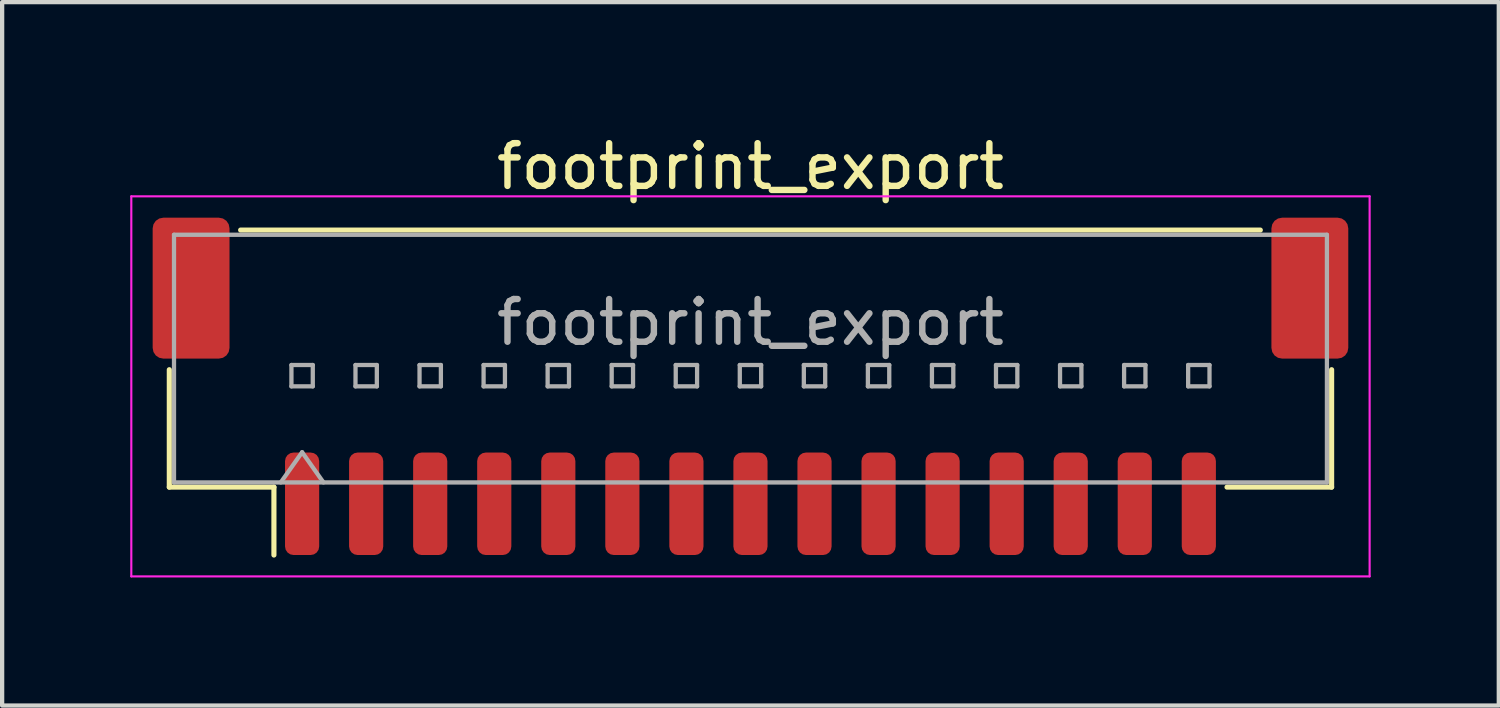
<source format=kicad_pcb>
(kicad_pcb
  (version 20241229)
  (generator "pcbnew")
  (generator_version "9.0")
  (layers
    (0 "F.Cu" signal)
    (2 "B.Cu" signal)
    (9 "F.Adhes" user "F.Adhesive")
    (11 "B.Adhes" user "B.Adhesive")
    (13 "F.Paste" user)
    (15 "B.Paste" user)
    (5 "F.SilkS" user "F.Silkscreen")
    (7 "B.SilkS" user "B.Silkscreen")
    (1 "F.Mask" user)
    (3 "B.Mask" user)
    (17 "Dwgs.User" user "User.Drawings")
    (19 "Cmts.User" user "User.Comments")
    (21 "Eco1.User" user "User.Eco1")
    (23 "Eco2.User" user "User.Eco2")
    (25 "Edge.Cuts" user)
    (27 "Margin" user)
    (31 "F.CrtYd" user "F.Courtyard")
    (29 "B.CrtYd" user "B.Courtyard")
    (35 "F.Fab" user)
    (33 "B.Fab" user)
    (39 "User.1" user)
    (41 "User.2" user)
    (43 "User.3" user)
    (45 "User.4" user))
  (footprint "footprint_export"
    (layer "F.Cu")
    (at 14.525 5.998)
    (property "Reference" "footprint_export" (at 0 -5.15 0) (layer "F.SilkS") (effects (font (size 1 1) (thickness 0.15))))
    (attr smd)
    (fp_line (start -13.61 -0.39) (end -13.61 2.36) (stroke (width 0.12) (type solid)) (layer "F.SilkS"))
    (fp_line (start -13.61 2.36) (end -11.16 2.36) (stroke (width 0.12) (type solid)) (layer "F.SilkS"))
    (fp_line (start -11.94 -3.66) (end 11.94 -3.66) (stroke (width 0.12) (type solid)) (layer "F.SilkS"))
    (fp_line (start -11.16 2.36) (end -11.16 3.95) (stroke (width 0.12) (type solid)) (layer "F.SilkS"))
    (fp_line (start 13.61 -0.39) (end 13.61 2.36) (stroke (width 0.12) (type solid)) (layer "F.SilkS"))
    (fp_line (start 13.61 2.36) (end 11.16 2.36) (stroke (width 0.12) (type solid)) (layer "F.SilkS"))
    (fp_line (start -14.5 -4.45) (end -14.5 4.45) (stroke (width 0.05) (type solid)) (layer "F.CrtYd"))
    (fp_line (start -14.5 4.45) (end 14.5 4.45) (stroke (width 0.05) (type solid)) (layer "F.CrtYd"))
    (fp_line (start 14.5 -4.45) (end -14.5 -4.45) (stroke (width 0.05) (type solid)) (layer "F.CrtYd"))
    (fp_line (start 14.5 4.45) (end 14.5 -4.45) (stroke (width 0.05) (type solid)) (layer "F.CrtYd"))
    (fp_line (start -13.5 -3.55) (end 13.5 -3.55) (stroke (width 0.1) (type solid)) (layer "F.Fab"))
    (fp_line (start -13.5 2.25) (end -13.5 -3.55) (stroke (width 0.1) (type solid)) (layer "F.Fab"))
    (fp_line (start -13.5 2.25) (end 13.5 2.25) (stroke (width 0.1) (type solid)) (layer "F.Fab"))
    (fp_line (start -11 2.25) (end -10.5 1.543) (stroke (width 0.1) (type solid)) (layer "F.Fab"))
    (fp_line (start -10.75 -0.5) (end -10.75 0) (stroke (width 0.1) (type solid)) (layer "F.Fab"))
    (fp_line (start -10.75 0) (end -10.25 0) (stroke (width 0.1) (type solid)) (layer "F.Fab"))
    (fp_line (start -10.5 1.543) (end -10 2.25) (stroke (width 0.1) (type solid)) (layer "F.Fab"))
    (fp_line (start -10.25 -0.5) (end -10.75 -0.5) (stroke (width 0.1) (type solid)) (layer "F.Fab"))
    (fp_line (start -10.25 0) (end -10.25 -0.5) (stroke (width 0.1) (type solid)) (layer "F.Fab"))
    (fp_line (start -9.25 -0.5) (end -9.25 0) (stroke (width 0.1) (type solid)) (layer "F.Fab"))
    (fp_line (start -9.25 0) (end -8.75 0) (stroke (width 0.1) (type solid)) (layer "F.Fab"))
    (fp_line (start -8.75 -0.5) (end -9.25 -0.5) (stroke (width 0.1) (type solid)) (layer "F.Fab"))
    (fp_line (start -8.75 0) (end -8.75 -0.5) (stroke (width 0.1) (type solid)) (layer "F.Fab"))
    (fp_line (start -7.75 -0.5) (end -7.75 0) (stroke (width 0.1) (type solid)) (layer "F.Fab"))
    (fp_line (start -7.75 0) (end -7.25 0) (stroke (width 0.1) (type solid)) (layer "F.Fab"))
    (fp_line (start -7.25 -0.5) (end -7.75 -0.5) (stroke (width 0.1) (type solid)) (layer "F.Fab"))
    (fp_line (start -7.25 0) (end -7.25 -0.5) (stroke (width 0.1) (type solid)) (layer "F.Fab"))
    (fp_line (start -6.25 -0.5) (end -6.25 0) (stroke (width 0.1) (type solid)) (layer "F.Fab"))
    (fp_line (start -6.25 0) (end -5.75 0) (stroke (width 0.1) (type solid)) (layer "F.Fab"))
    (fp_line (start -5.75 -0.5) (end -6.25 -0.5) (stroke (width 0.1) (type solid)) (layer "F.Fab"))
    (fp_line (start -5.75 0) (end -5.75 -0.5) (stroke (width 0.1) (type solid)) (layer "F.Fab"))
    (fp_line (start -4.75 -0.5) (end -4.75 0) (stroke (width 0.1) (type solid)) (layer "F.Fab"))
    (fp_line (start -4.75 0) (end -4.25 0) (stroke (width 0.1) (type solid)) (layer "F.Fab"))
    (fp_line (start -4.25 -0.5) (end -4.75 -0.5) (stroke (width 0.1) (type solid)) (layer "F.Fab"))
    (fp_line (start -4.25 0) (end -4.25 -0.5) (stroke (width 0.1) (type solid)) (layer "F.Fab"))
    (fp_line (start -3.25 -0.5) (end -3.25 0) (stroke (width 0.1) (type solid)) (layer "F.Fab"))
    (fp_line (start -3.25 0) (end -2.75 0) (stroke (width 0.1) (type solid)) (layer "F.Fab"))
    (fp_line (start -2.75 -0.5) (end -3.25 -0.5) (stroke (width 0.1) (type solid)) (layer "F.Fab"))
    (fp_line (start -2.75 0) (end -2.75 -0.5) (stroke (width 0.1) (type solid)) (layer "F.Fab"))
    (fp_line (start -1.75 -0.5) (end -1.75 0) (stroke (width 0.1) (type solid)) (layer "F.Fab"))
    (fp_line (start -1.75 0) (end -1.25 0) (stroke (width 0.1) (type solid)) (layer "F.Fab"))
    (fp_line (start -1.25 -0.5) (end -1.75 -0.5) (stroke (width 0.1) (type solid)) (layer "F.Fab"))
    (fp_line (start -1.25 0) (end -1.25 -0.5) (stroke (width 0.1) (type solid)) (layer "F.Fab"))
    (fp_line (start -0.25 -0.5) (end -0.25 0) (stroke (width 0.1) (type solid)) (layer "F.Fab"))
    (fp_line (start -0.25 0) (end 0.25 0) (stroke (width 0.1) (type solid)) (layer "F.Fab"))
    (fp_line (start 0.25 -0.5) (end -0.25 -0.5) (stroke (width 0.1) (type solid)) (layer "F.Fab"))
    (fp_line (start 0.25 0) (end 0.25 -0.5) (stroke (width 0.1) (type solid)) (layer "F.Fab"))
    (fp_line (start 1.25 -0.5) (end 1.25 0) (stroke (width 0.1) (type solid)) (layer "F.Fab"))
    (fp_line (start 1.25 0) (end 1.75 0) (stroke (width 0.1) (type solid)) (layer "F.Fab"))
    (fp_line (start 1.75 -0.5) (end 1.25 -0.5) (stroke (width 0.1) (type solid)) (layer "F.Fab"))
    (fp_line (start 1.75 0) (end 1.75 -0.5) (stroke (width 0.1) (type solid)) (layer "F.Fab"))
    (fp_line (start 2.75 -0.5) (end 2.75 0) (stroke (width 0.1) (type solid)) (layer "F.Fab"))
    (fp_line (start 2.75 0) (end 3.25 0) (stroke (width 0.1) (type solid)) (layer "F.Fab"))
    (fp_line (start 3.25 -0.5) (end 2.75 -0.5) (stroke (width 0.1) (type solid)) (layer "F.Fab"))
    (fp_line (start 3.25 0) (end 3.25 -0.5) (stroke (width 0.1) (type solid)) (layer "F.Fab"))
    (fp_line (start 4.25 -0.5) (end 4.25 0) (stroke (width 0.1) (type solid)) (layer "F.Fab"))
    (fp_line (start 4.25 0) (end 4.75 0) (stroke (width 0.1) (type solid)) (layer "F.Fab"))
    (fp_line (start 4.75 -0.5) (end 4.25 -0.5) (stroke (width 0.1) (type solid)) (layer "F.Fab"))
    (fp_line (start 4.75 0) (end 4.75 -0.5) (stroke (width 0.1) (type solid)) (layer "F.Fab"))
    (fp_line (start 5.75 -0.5) (end 5.75 0) (stroke (width 0.1) (type solid)) (layer "F.Fab"))
    (fp_line (start 5.75 0) (end 6.25 0) (stroke (width 0.1) (type solid)) (layer "F.Fab"))
    (fp_line (start 6.25 -0.5) (end 5.75 -0.5) (stroke (width 0.1) (type solid)) (layer "F.Fab"))
    (fp_line (start 6.25 0) (end 6.25 -0.5) (stroke (width 0.1) (type solid)) (layer "F.Fab"))
    (fp_line (start 7.25 -0.5) (end 7.25 0) (stroke (width 0.1) (type solid)) (layer "F.Fab"))
    (fp_line (start 7.25 0) (end 7.75 0) (stroke (width 0.1) (type solid)) (layer "F.Fab"))
    (fp_line (start 7.75 -0.5) (end 7.25 -0.5) (stroke (width 0.1) (type solid)) (layer "F.Fab"))
    (fp_line (start 7.75 0) (end 7.75 -0.5) (stroke (width 0.1) (type solid)) (layer "F.Fab"))
    (fp_line (start 8.75 -0.5) (end 8.75 0) (stroke (width 0.1) (type solid)) (layer "F.Fab"))
    (fp_line (start 8.75 0) (end 9.25 0) (stroke (width 0.1) (type solid)) (layer "F.Fab"))
    (fp_line (start 9.25 -0.5) (end 8.75 -0.5) (stroke (width 0.1) (type solid)) (layer "F.Fab"))
    (fp_line (start 9.25 0) (end 9.25 -0.5) (stroke (width 0.1) (type solid)) (layer "F.Fab"))
    (fp_line (start 10.25 -0.5) (end 10.25 0) (stroke (width 0.1) (type solid)) (layer "F.Fab"))
    (fp_line (start 10.25 0) (end 10.75 0) (stroke (width 0.1) (type solid)) (layer "F.Fab"))
    (fp_line (start 10.75 -0.5) (end 10.25 -0.5) (stroke (width 0.1) (type solid)) (layer "F.Fab"))
    (fp_line (start 10.75 0) (end 10.75 -0.5) (stroke (width 0.1) (type solid)) (layer "F.Fab"))
    (fp_line (start 13.5 2.25) (end 13.5 -3.55) (stroke (width 0.1) (type solid)) (layer "F.Fab"))
    (fp_text user "${REFERENCE}" (at 0 -1.5 0) (layer "F.Fab") (effects (font (size 1 1) (thickness 0.15))))
    (pad "1" smd roundrect (at -10.5 2.75) (size 0.8 2.4) (layers "F.Cu" "F.Mask" "F.Paste") (roundrect_rratio 0.25))
    (pad "2" smd roundrect (at -9 2.75) (size 0.8 2.4) (layers "F.Cu" "F.Mask" "F.Paste") (roundrect_rratio 0.25))
    (pad "3" smd roundrect (at -7.5 2.75) (size 0.8 2.4) (layers "F.Cu" "F.Mask" "F.Paste") (roundrect_rratio 0.25))
    (pad "4" smd roundrect (at -6 2.75) (size 0.8 2.4) (layers "F.Cu" "F.Mask" "F.Paste") (roundrect_rratio 0.25))
    (pad "5" smd roundrect (at -4.5 2.75) (size 0.8 2.4) (layers "F.Cu" "F.Mask" "F.Paste") (roundrect_rratio 0.25))
    (pad "6" smd roundrect (at -3 2.75) (size 0.8 2.4) (layers "F.Cu" "F.Mask" "F.Paste") (roundrect_rratio 0.25))
    (pad "7" smd roundrect (at -1.5 2.75) (size 0.8 2.4) (layers "F.Cu" "F.Mask" "F.Paste") (roundrect_rratio 0.25))
    (pad "8" smd roundrect (at 0 2.75) (size 0.8 2.4) (layers "F.Cu" "F.Mask" "F.Paste") (roundrect_rratio 0.25))
    (pad "9" smd roundrect (at 1.5 2.75) (size 0.8 2.4) (layers "F.Cu" "F.Mask" "F.Paste") (roundrect_rratio 0.25))
    (pad "10" smd roundrect (at 3 2.75) (size 0.8 2.4) (layers "F.Cu" "F.Mask" "F.Paste") (roundrect_rratio 0.25))
    (pad "11" smd roundrect (at 4.5 2.75) (size 0.8 2.4) (layers "F.Cu" "F.Mask" "F.Paste") (roundrect_rratio 0.25))
    (pad "12" smd roundrect (at 6 2.75) (size 0.8 2.4) (layers "F.Cu" "F.Mask" "F.Paste") (roundrect_rratio 0.25))
    (pad "13" smd roundrect (at 7.5 2.75) (size 0.8 2.4) (layers "F.Cu" "F.Mask" "F.Paste") (roundrect_rratio 0.25))
    (pad "14" smd roundrect (at 9 2.75) (size 0.8 2.4) (layers "F.Cu" "F.Mask" "F.Paste") (roundrect_rratio 0.25))
    (pad "15" smd roundrect (at 10.5 2.75) (size 0.8 2.4) (layers "F.Cu" "F.Mask" "F.Paste") (roundrect_rratio 0.25))
    (pad "MP" smd roundrect (at -13.1 -2.3) (size 1.8 3.3) (layers "F.Cu" "F.Mask" "F.Paste") (roundrect_rratio 0.139))
    (pad "MP" smd roundrect (at 13.1 -2.3) (size 1.8 3.3) (layers "F.Cu" "F.Mask" "F.Paste") (roundrect_rratio 0.139)))
  (gr_rect
    (start -3 -3)
    (end 32.05 13.473)
    (stroke (width 0.1) (type default))
    (fill no)
    (layer "Edge.Cuts")))
</source>
